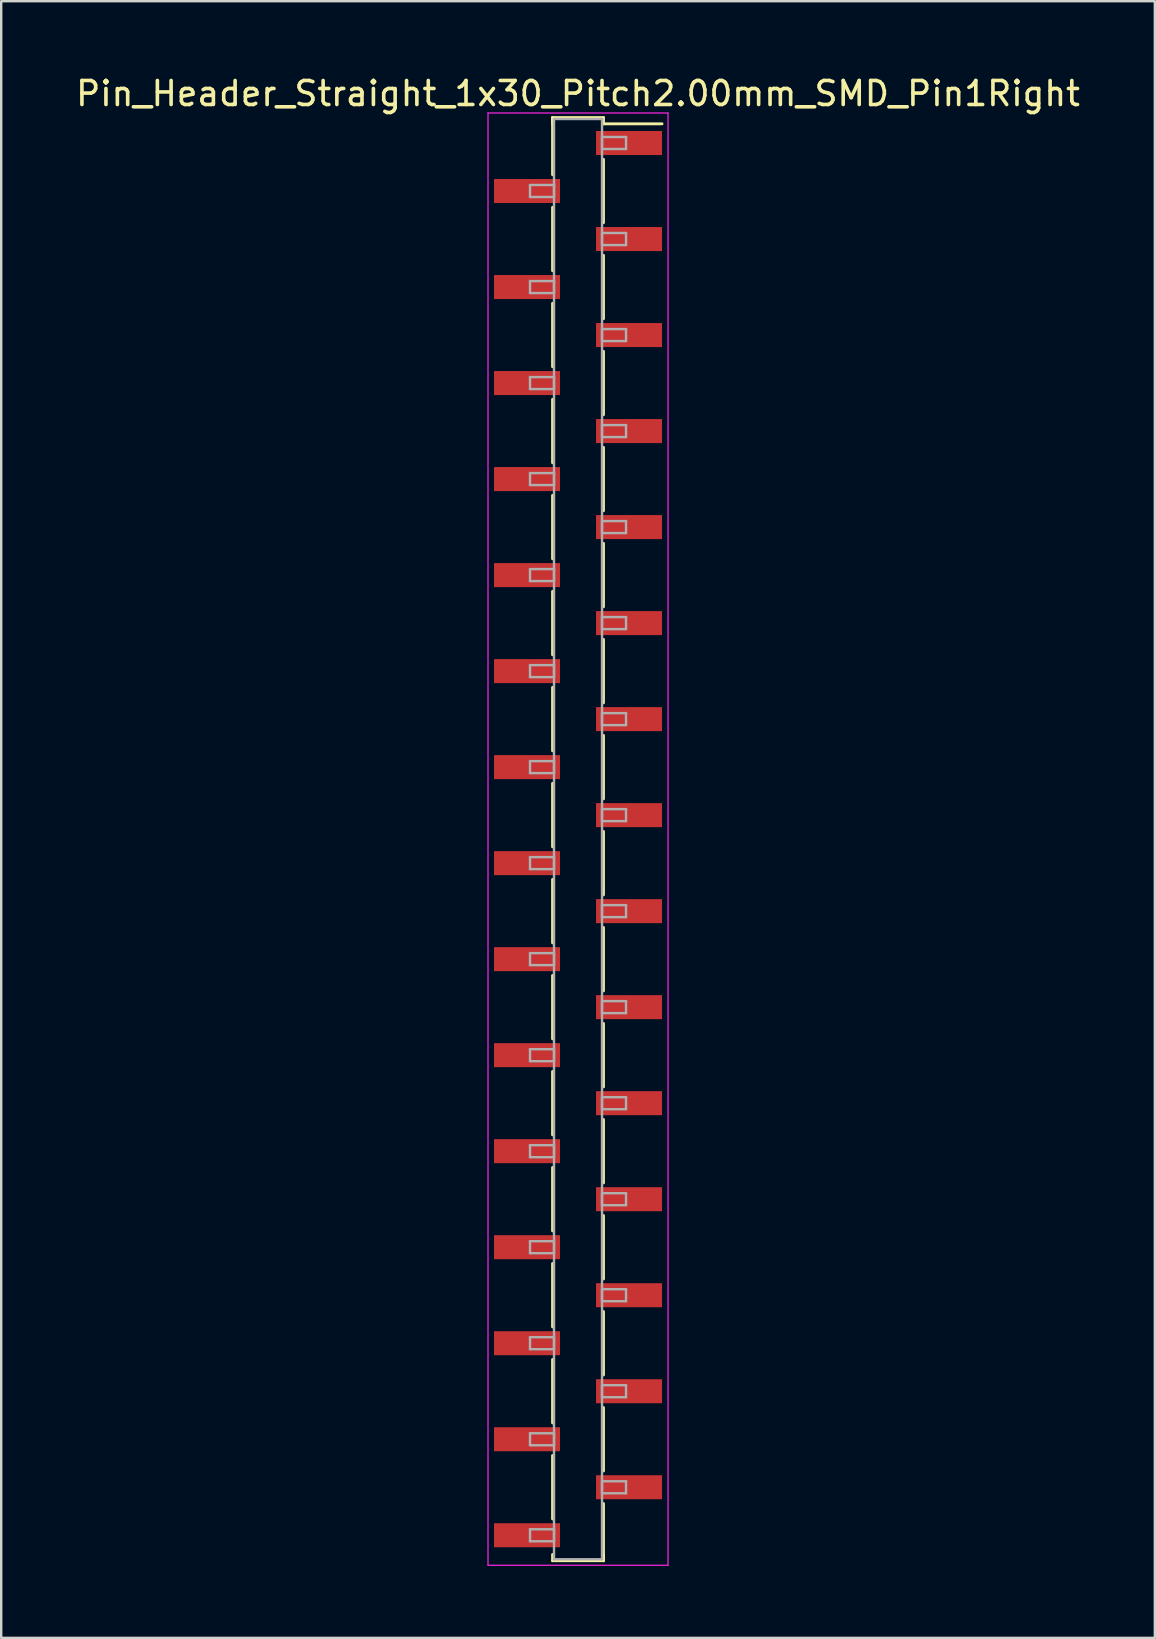
<source format=kicad_pcb>
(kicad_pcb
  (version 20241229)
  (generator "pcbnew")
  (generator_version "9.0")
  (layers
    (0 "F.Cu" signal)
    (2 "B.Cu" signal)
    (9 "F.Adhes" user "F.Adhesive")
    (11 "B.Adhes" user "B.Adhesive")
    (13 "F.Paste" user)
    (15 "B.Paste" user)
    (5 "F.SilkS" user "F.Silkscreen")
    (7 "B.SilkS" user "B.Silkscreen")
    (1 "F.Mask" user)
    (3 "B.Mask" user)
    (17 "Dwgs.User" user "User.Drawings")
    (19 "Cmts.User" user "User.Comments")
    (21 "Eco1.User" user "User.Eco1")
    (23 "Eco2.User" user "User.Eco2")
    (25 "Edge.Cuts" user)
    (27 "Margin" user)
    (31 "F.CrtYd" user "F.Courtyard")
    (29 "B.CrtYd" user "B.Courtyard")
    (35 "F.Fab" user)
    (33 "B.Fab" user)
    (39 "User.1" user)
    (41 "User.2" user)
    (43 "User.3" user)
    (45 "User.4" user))
  (footprint "Pin_Header_Straight_1x30_Pitch2.00mm_SMD_Pin1Right"
    (layer "F.Cu")
    (at 21.03 31.908)
    (property "Reference" "Pin_Header_Straight_1x30_Pitch2.00mm_SMD_Pin1Right" (at 0 -31.06 0) (layer "F.SilkS") (effects (font (size 1 1) (thickness 0.15))))
    (attr smd)
    (fp_line (start -1.06 -30.06) (end -1.06 -27.68) (stroke (width 0.12) (type solid)) (layer "F.SilkS"))
    (fp_line (start -1.06 -30.06) (end 1.06 -30.06) (stroke (width 0.12) (type solid)) (layer "F.SilkS"))
    (fp_line (start -1.06 -29.8) (end -1.06 -30.06) (stroke (width 0.12) (type solid)) (layer "F.SilkS"))
    (fp_line (start -1.06 -26.32) (end -1.06 -23.68) (stroke (width 0.12) (type solid)) (layer "F.SilkS"))
    (fp_line (start -1.06 -22.32) (end -1.06 -19.68) (stroke (width 0.12) (type solid)) (layer "F.SilkS"))
    (fp_line (start -1.06 -18.32) (end -1.06 -15.68) (stroke (width 0.12) (type solid)) (layer "F.SilkS"))
    (fp_line (start -1.06 -14.32) (end -1.06 -11.68) (stroke (width 0.12) (type solid)) (layer "F.SilkS"))
    (fp_line (start -1.06 -10.32) (end -1.06 -7.68) (stroke (width 0.12) (type solid)) (layer "F.SilkS"))
    (fp_line (start -1.06 -6.32) (end -1.06 -3.68) (stroke (width 0.12) (type solid)) (layer "F.SilkS"))
    (fp_line (start -1.06 -2.32) (end -1.06 0.32) (stroke (width 0.12) (type solid)) (layer "F.SilkS"))
    (fp_line (start -1.06 1.68) (end -1.06 4.32) (stroke (width 0.12) (type solid)) (layer "F.SilkS"))
    (fp_line (start -1.06 5.68) (end -1.06 8.32) (stroke (width 0.12) (type solid)) (layer "F.SilkS"))
    (fp_line (start -1.06 9.68) (end -1.06 12.32) (stroke (width 0.12) (type solid)) (layer "F.SilkS"))
    (fp_line (start -1.06 13.68) (end -1.06 16.32) (stroke (width 0.12) (type solid)) (layer "F.SilkS"))
    (fp_line (start -1.06 17.68) (end -1.06 20.32) (stroke (width 0.12) (type solid)) (layer "F.SilkS"))
    (fp_line (start -1.06 21.68) (end -1.06 24.32) (stroke (width 0.12) (type solid)) (layer "F.SilkS"))
    (fp_line (start -1.06 25.68) (end -1.06 28.32) (stroke (width 0.12) (type solid)) (layer "F.SilkS"))
    (fp_line (start -1.06 29.8) (end -1.06 30.06) (stroke (width 0.12) (type solid)) (layer "F.SilkS"))
    (fp_line (start -1.06 30.06) (end 1.06 30.06) (stroke (width 0.12) (type solid)) (layer "F.SilkS"))
    (fp_line (start 1.06 -30.06) (end 1.06 -29.8) (stroke (width 0.12) (type solid)) (layer "F.SilkS"))
    (fp_line (start 1.06 -29.8) (end 3.5 -29.8) (stroke (width 0.12) (type solid)) (layer "F.SilkS"))
    (fp_line (start 1.06 -28.32) (end 1.06 -25.68) (stroke (width 0.12) (type solid)) (layer "F.SilkS"))
    (fp_line (start 1.06 -24.32) (end 1.06 -21.68) (stroke (width 0.12) (type solid)) (layer "F.SilkS"))
    (fp_line (start 1.06 -20.32) (end 1.06 -17.68) (stroke (width 0.12) (type solid)) (layer "F.SilkS"))
    (fp_line (start 1.06 -16.32) (end 1.06 -13.68) (stroke (width 0.12) (type solid)) (layer "F.SilkS"))
    (fp_line (start 1.06 -12.32) (end 1.06 -9.68) (stroke (width 0.12) (type solid)) (layer "F.SilkS"))
    (fp_line (start 1.06 -8.32) (end 1.06 -5.68) (stroke (width 0.12) (type solid)) (layer "F.SilkS"))
    (fp_line (start 1.06 -4.32) (end 1.06 -1.68) (stroke (width 0.12) (type solid)) (layer "F.SilkS"))
    (fp_line (start 1.06 -0.32) (end 1.06 2.32) (stroke (width 0.12) (type solid)) (layer "F.SilkS"))
    (fp_line (start 1.06 3.68) (end 1.06 6.32) (stroke (width 0.12) (type solid)) (layer "F.SilkS"))
    (fp_line (start 1.06 7.68) (end 1.06 10.32) (stroke (width 0.12) (type solid)) (layer "F.SilkS"))
    (fp_line (start 1.06 11.68) (end 1.06 14.32) (stroke (width 0.12) (type solid)) (layer "F.SilkS"))
    (fp_line (start 1.06 15.68) (end 1.06 18.32) (stroke (width 0.12) (type solid)) (layer "F.SilkS"))
    (fp_line (start 1.06 19.68) (end 1.06 22.32) (stroke (width 0.12) (type solid)) (layer "F.SilkS"))
    (fp_line (start 1.06 23.68) (end 1.06 26.32) (stroke (width 0.12) (type solid)) (layer "F.SilkS"))
    (fp_line (start 1.06 27.68) (end 1.06 30.06) (stroke (width 0.12) (type solid)) (layer "F.SilkS"))
    (fp_line (start 1.06 30.06) (end 1.06 29.8) (stroke (width 0.12) (type solid)) (layer "F.SilkS"))
    (fp_line (start -3.75 -30.25) (end -3.75 30.25) (stroke (width 0.05) (type solid)) (layer "F.CrtYd"))
    (fp_line (start -3.75 30.25) (end 3.75 30.25) (stroke (width 0.05) (type solid)) (layer "F.CrtYd"))
    (fp_line (start 3.75 -30.25) (end -3.75 -30.25) (stroke (width 0.05) (type solid)) (layer "F.CrtYd"))
    (fp_line (start 3.75 30.25) (end 3.75 -30.25) (stroke (width 0.05) (type solid)) (layer "F.CrtYd"))
    (fp_line (start -2 -27.25) (end -1 -27.25) (stroke (width 0.1) (type solid)) (layer "F.Fab"))
    (fp_line (start -2 -26.75) (end -2 -27.25) (stroke (width 0.1) (type solid)) (layer "F.Fab"))
    (fp_line (start -2 -23.25) (end -1 -23.25) (stroke (width 0.1) (type solid)) (layer "F.Fab"))
    (fp_line (start -2 -22.75) (end -2 -23.25) (stroke (width 0.1) (type solid)) (layer "F.Fab"))
    (fp_line (start -2 -19.25) (end -1 -19.25) (stroke (width 0.1) (type solid)) (layer "F.Fab"))
    (fp_line (start -2 -18.75) (end -2 -19.25) (stroke (width 0.1) (type solid)) (layer "F.Fab"))
    (fp_line (start -2 -15.25) (end -1 -15.25) (stroke (width 0.1) (type solid)) (layer "F.Fab"))
    (fp_line (start -2 -14.75) (end -2 -15.25) (stroke (width 0.1) (type solid)) (layer "F.Fab"))
    (fp_line (start -2 -11.25) (end -1 -11.25) (stroke (width 0.1) (type solid)) (layer "F.Fab"))
    (fp_line (start -2 -10.75) (end -2 -11.25) (stroke (width 0.1) (type solid)) (layer "F.Fab"))
    (fp_line (start -2 -7.25) (end -1 -7.25) (stroke (width 0.1) (type solid)) (layer "F.Fab"))
    (fp_line (start -2 -6.75) (end -2 -7.25) (stroke (width 0.1) (type solid)) (layer "F.Fab"))
    (fp_line (start -2 -3.25) (end -1 -3.25) (stroke (width 0.1) (type solid)) (layer "F.Fab"))
    (fp_line (start -2 -2.75) (end -2 -3.25) (stroke (width 0.1) (type solid)) (layer "F.Fab"))
    (fp_line (start -2 0.75) (end -1 0.75) (stroke (width 0.1) (type solid)) (layer "F.Fab"))
    (fp_line (start -2 1.25) (end -2 0.75) (stroke (width 0.1) (type solid)) (layer "F.Fab"))
    (fp_line (start -2 4.75) (end -1 4.75) (stroke (width 0.1) (type solid)) (layer "F.Fab"))
    (fp_line (start -2 5.25) (end -2 4.75) (stroke (width 0.1) (type solid)) (layer "F.Fab"))
    (fp_line (start -2 8.75) (end -1 8.75) (stroke (width 0.1) (type solid)) (layer "F.Fab"))
    (fp_line (start -2 9.25) (end -2 8.75) (stroke (width 0.1) (type solid)) (layer "F.Fab"))
    (fp_line (start -2 12.75) (end -1 12.75) (stroke (width 0.1) (type solid)) (layer "F.Fab"))
    (fp_line (start -2 13.25) (end -2 12.75) (stroke (width 0.1) (type solid)) (layer "F.Fab"))
    (fp_line (start -2 16.75) (end -1 16.75) (stroke (width 0.1) (type solid)) (layer "F.Fab"))
    (fp_line (start -2 17.25) (end -2 16.75) (stroke (width 0.1) (type solid)) (layer "F.Fab"))
    (fp_line (start -2 20.75) (end -1 20.75) (stroke (width 0.1) (type solid)) (layer "F.Fab"))
    (fp_line (start -2 21.25) (end -2 20.75) (stroke (width 0.1) (type solid)) (layer "F.Fab"))
    (fp_line (start -2 24.75) (end -1 24.75) (stroke (width 0.1) (type solid)) (layer "F.Fab"))
    (fp_line (start -2 25.25) (end -2 24.75) (stroke (width 0.1) (type solid)) (layer "F.Fab"))
    (fp_line (start -2 28.75) (end -1 28.75) (stroke (width 0.1) (type solid)) (layer "F.Fab"))
    (fp_line (start -2 29.25) (end -2 28.75) (stroke (width 0.1) (type solid)) (layer "F.Fab"))
    (fp_line (start -1 -30) (end -1 30) (stroke (width 0.1) (type solid)) (layer "F.Fab"))
    (fp_line (start -1 -27.25) (end -1 -26.75) (stroke (width 0.1) (type solid)) (layer "F.Fab"))
    (fp_line (start -1 -26.75) (end -2 -26.75) (stroke (width 0.1) (type solid)) (layer "F.Fab"))
    (fp_line (start -1 -23.25) (end -1 -22.75) (stroke (width 0.1) (type solid)) (layer "F.Fab"))
    (fp_line (start -1 -22.75) (end -2 -22.75) (stroke (width 0.1) (type solid)) (layer "F.Fab"))
    (fp_line (start -1 -19.25) (end -1 -18.75) (stroke (width 0.1) (type solid)) (layer "F.Fab"))
    (fp_line (start -1 -18.75) (end -2 -18.75) (stroke (width 0.1) (type solid)) (layer "F.Fab"))
    (fp_line (start -1 -15.25) (end -1 -14.75) (stroke (width 0.1) (type solid)) (layer "F.Fab"))
    (fp_line (start -1 -14.75) (end -2 -14.75) (stroke (width 0.1) (type solid)) (layer "F.Fab"))
    (fp_line (start -1 -11.25) (end -1 -10.75) (stroke (width 0.1) (type solid)) (layer "F.Fab"))
    (fp_line (start -1 -10.75) (end -2 -10.75) (stroke (width 0.1) (type solid)) (layer "F.Fab"))
    (fp_line (start -1 -7.25) (end -1 -6.75) (stroke (width 0.1) (type solid)) (layer "F.Fab"))
    (fp_line (start -1 -6.75) (end -2 -6.75) (stroke (width 0.1) (type solid)) (layer "F.Fab"))
    (fp_line (start -1 -3.25) (end -1 -2.75) (stroke (width 0.1) (type solid)) (layer "F.Fab"))
    (fp_line (start -1 -2.75) (end -2 -2.75) (stroke (width 0.1) (type solid)) (layer "F.Fab"))
    (fp_line (start -1 0.75) (end -1 1.25) (stroke (width 0.1) (type solid)) (layer "F.Fab"))
    (fp_line (start -1 1.25) (end -2 1.25) (stroke (width 0.1) (type solid)) (layer "F.Fab"))
    (fp_line (start -1 4.75) (end -1 5.25) (stroke (width 0.1) (type solid)) (layer "F.Fab"))
    (fp_line (start -1 5.25) (end -2 5.25) (stroke (width 0.1) (type solid)) (layer "F.Fab"))
    (fp_line (start -1 8.75) (end -1 9.25) (stroke (width 0.1) (type solid)) (layer "F.Fab"))
    (fp_line (start -1 9.25) (end -2 9.25) (stroke (width 0.1) (type solid)) (layer "F.Fab"))
    (fp_line (start -1 12.75) (end -1 13.25) (stroke (width 0.1) (type solid)) (layer "F.Fab"))
    (fp_line (start -1 13.25) (end -2 13.25) (stroke (width 0.1) (type solid)) (layer "F.Fab"))
    (fp_line (start -1 16.75) (end -1 17.25) (stroke (width 0.1) (type solid)) (layer "F.Fab"))
    (fp_line (start -1 17.25) (end -2 17.25) (stroke (width 0.1) (type solid)) (layer "F.Fab"))
    (fp_line (start -1 20.75) (end -1 21.25) (stroke (width 0.1) (type solid)) (layer "F.Fab"))
    (fp_line (start -1 21.25) (end -2 21.25) (stroke (width 0.1) (type solid)) (layer "F.Fab"))
    (fp_line (start -1 24.75) (end -1 25.25) (stroke (width 0.1) (type solid)) (layer "F.Fab"))
    (fp_line (start -1 25.25) (end -2 25.25) (stroke (width 0.1) (type solid)) (layer "F.Fab"))
    (fp_line (start -1 28.75) (end -1 29.25) (stroke (width 0.1) (type solid)) (layer "F.Fab"))
    (fp_line (start -1 29.25) (end -2 29.25) (stroke (width 0.1) (type solid)) (layer "F.Fab"))
    (fp_line (start -1 30) (end 1 30) (stroke (width 0.1) (type solid)) (layer "F.Fab"))
    (fp_line (start 1 -30) (end -1 -30) (stroke (width 0.1) (type solid)) (layer "F.Fab"))
    (fp_line (start 1 -29.25) (end 1 -28.75) (stroke (width 0.1) (type solid)) (layer "F.Fab"))
    (fp_line (start 1 -28.75) (end 2 -28.75) (stroke (width 0.1) (type solid)) (layer "F.Fab"))
    (fp_line (start 1 -25.25) (end 1 -24.75) (stroke (width 0.1) (type solid)) (layer "F.Fab"))
    (fp_line (start 1 -24.75) (end 2 -24.75) (stroke (width 0.1) (type solid)) (layer "F.Fab"))
    (fp_line (start 1 -21.25) (end 1 -20.75) (stroke (width 0.1) (type solid)) (layer "F.Fab"))
    (fp_line (start 1 -20.75) (end 2 -20.75) (stroke (width 0.1) (type solid)) (layer "F.Fab"))
    (fp_line (start 1 -17.25) (end 1 -16.75) (stroke (width 0.1) (type solid)) (layer "F.Fab"))
    (fp_line (start 1 -16.75) (end 2 -16.75) (stroke (width 0.1) (type solid)) (layer "F.Fab"))
    (fp_line (start 1 -13.25) (end 1 -12.75) (stroke (width 0.1) (type solid)) (layer "F.Fab"))
    (fp_line (start 1 -12.75) (end 2 -12.75) (stroke (width 0.1) (type solid)) (layer "F.Fab"))
    (fp_line (start 1 -9.25) (end 1 -8.75) (stroke (width 0.1) (type solid)) (layer "F.Fab"))
    (fp_line (start 1 -8.75) (end 2 -8.75) (stroke (width 0.1) (type solid)) (layer "F.Fab"))
    (fp_line (start 1 -5.25) (end 1 -4.75) (stroke (width 0.1) (type solid)) (layer "F.Fab"))
    (fp_line (start 1 -4.75) (end 2 -4.75) (stroke (width 0.1) (type solid)) (layer "F.Fab"))
    (fp_line (start 1 -1.25) (end 1 -0.75) (stroke (width 0.1) (type solid)) (layer "F.Fab"))
    (fp_line (start 1 -0.75) (end 2 -0.75) (stroke (width 0.1) (type solid)) (layer "F.Fab"))
    (fp_line (start 1 2.75) (end 1 3.25) (stroke (width 0.1) (type solid)) (layer "F.Fab"))
    (fp_line (start 1 3.25) (end 2 3.25) (stroke (width 0.1) (type solid)) (layer "F.Fab"))
    (fp_line (start 1 6.75) (end 1 7.25) (stroke (width 0.1) (type solid)) (layer "F.Fab"))
    (fp_line (start 1 7.25) (end 2 7.25) (stroke (width 0.1) (type solid)) (layer "F.Fab"))
    (fp_line (start 1 10.75) (end 1 11.25) (stroke (width 0.1) (type solid)) (layer "F.Fab"))
    (fp_line (start 1 11.25) (end 2 11.25) (stroke (width 0.1) (type solid)) (layer "F.Fab"))
    (fp_line (start 1 14.75) (end 1 15.25) (stroke (width 0.1) (type solid)) (layer "F.Fab"))
    (fp_line (start 1 15.25) (end 2 15.25) (stroke (width 0.1) (type solid)) (layer "F.Fab"))
    (fp_line (start 1 18.75) (end 1 19.25) (stroke (width 0.1) (type solid)) (layer "F.Fab"))
    (fp_line (start 1 19.25) (end 2 19.25) (stroke (width 0.1) (type solid)) (layer "F.Fab"))
    (fp_line (start 1 22.75) (end 1 23.25) (stroke (width 0.1) (type solid)) (layer "F.Fab"))
    (fp_line (start 1 23.25) (end 2 23.25) (stroke (width 0.1) (type solid)) (layer "F.Fab"))
    (fp_line (start 1 26.75) (end 1 27.25) (stroke (width 0.1) (type solid)) (layer "F.Fab"))
    (fp_line (start 1 27.25) (end 2 27.25) (stroke (width 0.1) (type solid)) (layer "F.Fab"))
    (fp_line (start 1 30) (end 1 -30) (stroke (width 0.1) (type solid)) (layer "F.Fab"))
    (fp_line (start 2 -29.25) (end 1 -29.25) (stroke (width 0.1) (type solid)) (layer "F.Fab"))
    (fp_line (start 2 -28.75) (end 2 -29.25) (stroke (width 0.1) (type solid)) (layer "F.Fab"))
    (fp_line (start 2 -25.25) (end 1 -25.25) (stroke (width 0.1) (type solid)) (layer "F.Fab"))
    (fp_line (start 2 -24.75) (end 2 -25.25) (stroke (width 0.1) (type solid)) (layer "F.Fab"))
    (fp_line (start 2 -21.25) (end 1 -21.25) (stroke (width 0.1) (type solid)) (layer "F.Fab"))
    (fp_line (start 2 -20.75) (end 2 -21.25) (stroke (width 0.1) (type solid)) (layer "F.Fab"))
    (fp_line (start 2 -17.25) (end 1 -17.25) (stroke (width 0.1) (type solid)) (layer "F.Fab"))
    (fp_line (start 2 -16.75) (end 2 -17.25) (stroke (width 0.1) (type solid)) (layer "F.Fab"))
    (fp_line (start 2 -13.25) (end 1 -13.25) (stroke (width 0.1) (type solid)) (layer "F.Fab"))
    (fp_line (start 2 -12.75) (end 2 -13.25) (stroke (width 0.1) (type solid)) (layer "F.Fab"))
    (fp_line (start 2 -9.25) (end 1 -9.25) (stroke (width 0.1) (type solid)) (layer "F.Fab"))
    (fp_line (start 2 -8.75) (end 2 -9.25) (stroke (width 0.1) (type solid)) (layer "F.Fab"))
    (fp_line (start 2 -5.25) (end 1 -5.25) (stroke (width 0.1) (type solid)) (layer "F.Fab"))
    (fp_line (start 2 -4.75) (end 2 -5.25) (stroke (width 0.1) (type solid)) (layer "F.Fab"))
    (fp_line (start 2 -1.25) (end 1 -1.25) (stroke (width 0.1) (type solid)) (layer "F.Fab"))
    (fp_line (start 2 -0.75) (end 2 -1.25) (stroke (width 0.1) (type solid)) (layer "F.Fab"))
    (fp_line (start 2 2.75) (end 1 2.75) (stroke (width 0.1) (type solid)) (layer "F.Fab"))
    (fp_line (start 2 3.25) (end 2 2.75) (stroke (width 0.1) (type solid)) (layer "F.Fab"))
    (fp_line (start 2 6.75) (end 1 6.75) (stroke (width 0.1) (type solid)) (layer "F.Fab"))
    (fp_line (start 2 7.25) (end 2 6.75) (stroke (width 0.1) (type solid)) (layer "F.Fab"))
    (fp_line (start 2 10.75) (end 1 10.75) (stroke (width 0.1) (type solid)) (layer "F.Fab"))
    (fp_line (start 2 11.25) (end 2 10.75) (stroke (width 0.1) (type solid)) (layer "F.Fab"))
    (fp_line (start 2 14.75) (end 1 14.75) (stroke (width 0.1) (type solid)) (layer "F.Fab"))
    (fp_line (start 2 15.25) (end 2 14.75) (stroke (width 0.1) (type solid)) (layer "F.Fab"))
    (fp_line (start 2 18.75) (end 1 18.75) (stroke (width 0.1) (type solid)) (layer "F.Fab"))
    (fp_line (start 2 19.25) (end 2 18.75) (stroke (width 0.1) (type solid)) (layer "F.Fab"))
    (fp_line (start 2 22.75) (end 1 22.75) (stroke (width 0.1) (type solid)) (layer "F.Fab"))
    (fp_line (start 2 23.25) (end 2 22.75) (stroke (width 0.1) (type solid)) (layer "F.Fab"))
    (fp_line (start 2 26.75) (end 1 26.75) (stroke (width 0.1) (type solid)) (layer "F.Fab"))
    (fp_line (start 2 27.25) (end 2 26.75) (stroke (width 0.1) (type solid)) (layer "F.Fab"))
    (pad "1" smd rect (at 2.125 -29) (size 2.75 1) (layers "F.Cu" "F.Mask"))
    (pad "2" smd rect (at -2.125 -27) (size 2.75 1) (layers "F.Cu" "F.Mask"))
    (pad "3" smd rect (at 2.125 -25) (size 2.75 1) (layers "F.Cu" "F.Mask"))
    (pad "4" smd rect (at -2.125 -23) (size 2.75 1) (layers "F.Cu" "F.Mask"))
    (pad "5" smd rect (at 2.125 -21) (size 2.75 1) (layers "F.Cu" "F.Mask"))
    (pad "6" smd rect (at -2.125 -19) (size 2.75 1) (layers "F.Cu" "F.Mask"))
    (pad "7" smd rect (at 2.125 -17) (size 2.75 1) (layers "F.Cu" "F.Mask"))
    (pad "8" smd rect (at -2.125 -15) (size 2.75 1) (layers "F.Cu" "F.Mask"))
    (pad "9" smd rect (at 2.125 -13) (size 2.75 1) (layers "F.Cu" "F.Mask"))
    (pad "10" smd rect (at -2.125 -11) (size 2.75 1) (layers "F.Cu" "F.Mask"))
    (pad "11" smd rect (at 2.125 -9) (size 2.75 1) (layers "F.Cu" "F.Mask"))
    (pad "12" smd rect (at -2.125 -7) (size 2.75 1) (layers "F.Cu" "F.Mask"))
    (pad "13" smd rect (at 2.125 -5) (size 2.75 1) (layers "F.Cu" "F.Mask"))
    (pad "14" smd rect (at -2.125 -3) (size 2.75 1) (layers "F.Cu" "F.Mask"))
    (pad "15" smd rect (at 2.125 -1) (size 2.75 1) (layers "F.Cu" "F.Mask"))
    (pad "16" smd rect (at -2.125 1) (size 2.75 1) (layers "F.Cu" "F.Mask"))
    (pad "17" smd rect (at 2.125 3) (size 2.75 1) (layers "F.Cu" "F.Mask"))
    (pad "18" smd rect (at -2.125 5) (size 2.75 1) (layers "F.Cu" "F.Mask"))
    (pad "19" smd rect (at 2.125 7) (size 2.75 1) (layers "F.Cu" "F.Mask"))
    (pad "20" smd rect (at -2.125 9) (size 2.75 1) (layers "F.Cu" "F.Mask"))
    (pad "21" smd rect (at 2.125 11) (size 2.75 1) (layers "F.Cu" "F.Mask"))
    (pad "22" smd rect (at -2.125 13) (size 2.75 1) (layers "F.Cu" "F.Mask"))
    (pad "23" smd rect (at 2.125 15) (size 2.75 1) (layers "F.Cu" "F.Mask"))
    (pad "24" smd rect (at -2.125 17) (size 2.75 1) (layers "F.Cu" "F.Mask"))
    (pad "25" smd rect (at 2.125 19) (size 2.75 1) (layers "F.Cu" "F.Mask"))
    (pad "26" smd rect (at -2.125 21) (size 2.75 1) (layers "F.Cu" "F.Mask"))
    (pad "27" smd rect (at 2.125 23) (size 2.75 1) (layers "F.Cu" "F.Mask"))
    (pad "28" smd rect (at -2.125 25) (size 2.75 1) (layers "F.Cu" "F.Mask"))
    (pad "29" smd rect (at 2.125 27) (size 2.75 1) (layers "F.Cu" "F.Mask"))
    (pad "30" smd rect (at -2.125 29) (size 2.75 1) (layers "F.Cu" "F.Mask")))
  (gr_rect
    (start -3 -3)
    (end 45.06 65.183)
    (stroke (width 0.1) (type default))
    (fill no)
    (layer "Edge.Cuts")))
</source>
